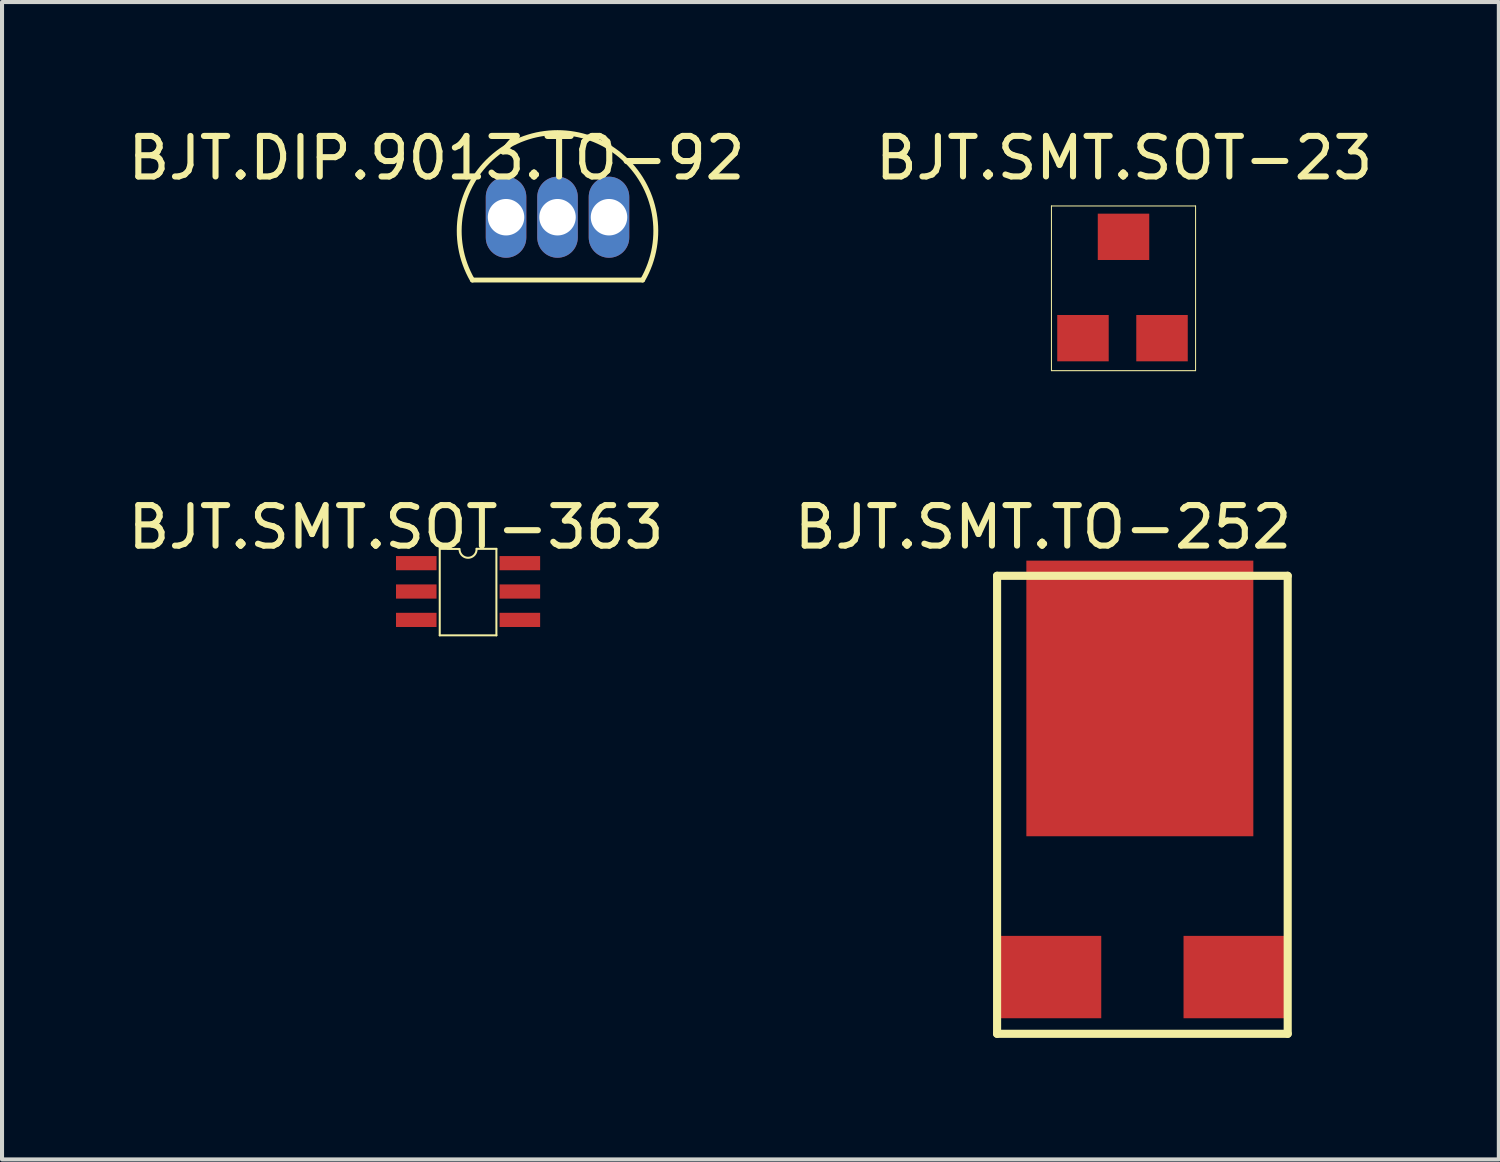
<source format=kicad_pcb>
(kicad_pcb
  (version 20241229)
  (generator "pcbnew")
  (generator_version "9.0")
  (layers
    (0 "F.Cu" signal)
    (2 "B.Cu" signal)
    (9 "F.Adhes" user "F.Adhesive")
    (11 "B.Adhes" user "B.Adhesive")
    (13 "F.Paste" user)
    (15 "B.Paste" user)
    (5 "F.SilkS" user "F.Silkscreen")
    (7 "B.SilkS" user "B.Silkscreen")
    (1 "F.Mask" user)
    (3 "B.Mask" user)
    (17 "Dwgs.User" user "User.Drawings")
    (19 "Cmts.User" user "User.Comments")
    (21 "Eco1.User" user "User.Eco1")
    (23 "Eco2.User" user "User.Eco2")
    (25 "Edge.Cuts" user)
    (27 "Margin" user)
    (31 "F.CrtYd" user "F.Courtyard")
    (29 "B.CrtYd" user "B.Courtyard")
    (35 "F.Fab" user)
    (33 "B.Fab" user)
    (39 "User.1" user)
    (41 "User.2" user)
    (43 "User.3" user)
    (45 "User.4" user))
  (footprint "BJT.SMT.SOT-23"
    (layer "F.Cu")
    (at 24.558 4.277)
    (property "Reference" "BJT.SMT.SOT-23" (at 0.127 -3.429 0) (layer "F.SilkS") (effects (font (size 1 1) (thickness 0.15))))
    (attr through_hole)
    (fp_line (start -1.667 -2.246) (end 1.889 -2.246) (stroke (width 0.025) (type solid)) (layer "F.SilkS"))
    (fp_line (start -1.667 1.818) (end -1.667 -2.246) (stroke (width 0.025) (type solid)) (layer "F.SilkS"))
    (fp_line (start -1.667 1.818) (end 1.889 1.818) (stroke (width 0.025) (type solid)) (layer "F.SilkS"))
    (fp_line (start 1.889 1.818) (end 1.889 -2.246) (stroke (width 0.025) (type solid)) (layer "F.SilkS"))
    (pad "1" smd rect (at -0.889 1.016 90) (size 1.143 1.27) (layers "F.Cu" "F.Mask" "F.Paste"))
    (pad "2" smd rect (at 1.061 1.016 90) (size 1.143 1.27) (layers "F.Cu" "F.Mask" "F.Paste"))
    (pad "3" smd rect (at 0.111 -1.484 270) (size 1.143 1.27) (layers "F.Cu" "F.Mask" "F.Paste")))
  (footprint "BJT.SMT.TO-252"
    (layer "F.Cu")
    (at 25.135 16.806)
    (property "Reference" "BJT.SMT.TO-252" (at -2.45 -6.85 0) (layer "F.SilkS") (effects (font (size 1 1) (thickness 0.15))))
    (attr through_hole)
    (fp_line (start -3.585 -5.65) (end 3.585 -5.65) (stroke (width 0.2) (type solid)) (layer "F.SilkS"))
    (fp_line (start -3.585 5.65) (end -3.585 -5.65) (stroke (width 0.2) (type solid)) (layer "F.SilkS"))
    (fp_line (start -3.585 5.65) (end 3.585 5.65) (stroke (width 0.2) (type solid)) (layer "F.SilkS"))
    (fp_line (start 3.585 5.65) (end 3.585 -5.65) (stroke (width 0.2) (type solid)) (layer "F.SilkS"))
    (pad "1" smd rect (at -2.285 4.25) (size 2.54 2.032) (layers "F.Cu" "F.Mask" "F.Paste"))
    (pad "2" smd rect (at -0.063 -2.624) (size 5.6 6.8) (layers "F.Cu" "F.Mask" "F.Paste"))
    (pad "3" smd rect (at 2.285 4.25) (size 2.54 2.032) (layers "F.Cu" "F.Mask" "F.Paste")))
  (footprint "BJT.DIP.9013.TO-92"
    (layer "F.Cu")
    (at 10.705 2.309)
    (property "Reference" "BJT.DIP.9013.TO-92" (at -2.985 -1.46 0) (layer "F.SilkS") (effects (font (size 1 1) (thickness 0.15))))
    (attr through_hole)
    (fp_line (start -2.1 1.55) (end 2.1 1.55) (stroke (width 0.12) (type solid)) (layer "F.SilkS"))
    (fp_arc (start -2.099998 1.55) (mid 0.000001 -2.087701) (end 2.1 1.55) (stroke (width 0.12) (type solid)) (layer "F.SilkS"))
    (pad "1" thru_hole oval (at -1.27 0) (size 1 2) (drill 0.9) (layers "*.Cu" "*.Mask"))
    (pad "2" thru_hole oval (at 0 0) (size 1 2) (drill 0.9) (layers "*.Cu" "*.Mask"))
    (pad "3" thru_hole oval (at 1.27 0) (size 1 2) (drill 0.9) (layers "*.Cu" "*.Mask")))
  (footprint "BJT.SMT.SOT-363"
    (layer "F.Cu")
    (at 8.498 11.544)
    (property "Reference" "BJT.SMT.SOT-363" (at -1.778 -1.587 0) (layer "F.SilkS") (effects (font (size 1 1) (thickness 0.15))))
    (attr through_hole)
    (fp_line (start -0.699 -1.053) (end -0.699 1.081) (stroke (width 0.05) (type solid)) (layer "F.SilkS"))
    (fp_line (start -0.699 -1.053) (end -0.22 -1.05) (stroke (width 0.05) (type solid)) (layer "F.SilkS"))
    (fp_line (start -0.699 1.081) (end 0.699 1.081) (stroke (width 0.05) (type solid)) (layer "F.SilkS"))
    (fp_line (start 0.211 -1.053) (end 0.699 -1.053) (stroke (width 0.05) (type solid)) (layer "F.SilkS"))
    (fp_line (start 0.699 -1.053) (end 0.699 1.081) (stroke (width 0.05) (type solid)) (layer "F.SilkS"))
    (fp_arc (start 0.21 -1.053666) (mid 0.001735 -0.832276) (end -0.21036 -1.05) (stroke (width 0.05) (type solid)) (layer "F.SilkS"))
    (pad "1" smd rect (at -1.278 -0.7) (size 1 0.35) (layers "F.Cu" "F.Mask" "F.Paste"))
    (pad "2" smd rect (at -1.278 0) (size 1 0.35) (layers "F.Cu" "F.Mask" "F.Paste"))
    (pad "3" smd rect (at -1.278 0.7) (size 1 0.35) (layers "F.Cu" "F.Mask" "F.Paste"))
    (pad "4" smd rect (at 1.278 0.7) (size 1 0.35) (layers "F.Cu" "F.Mask" "F.Paste"))
    (pad "5" smd rect (at 1.278 0) (size 1 0.35) (layers "F.Cu" "F.Mask" "F.Paste"))
    (pad "6" smd rect (at 1.278 -0.7) (size 1 0.35) (layers "F.Cu" "F.Mask" "F.Paste")))
  (gr_rect
    (start -3 -3)
    (end 33.929 25.556)
    (stroke (width 0.1) (type default))
    (fill no)
    (layer "Edge.Cuts")))
</source>
